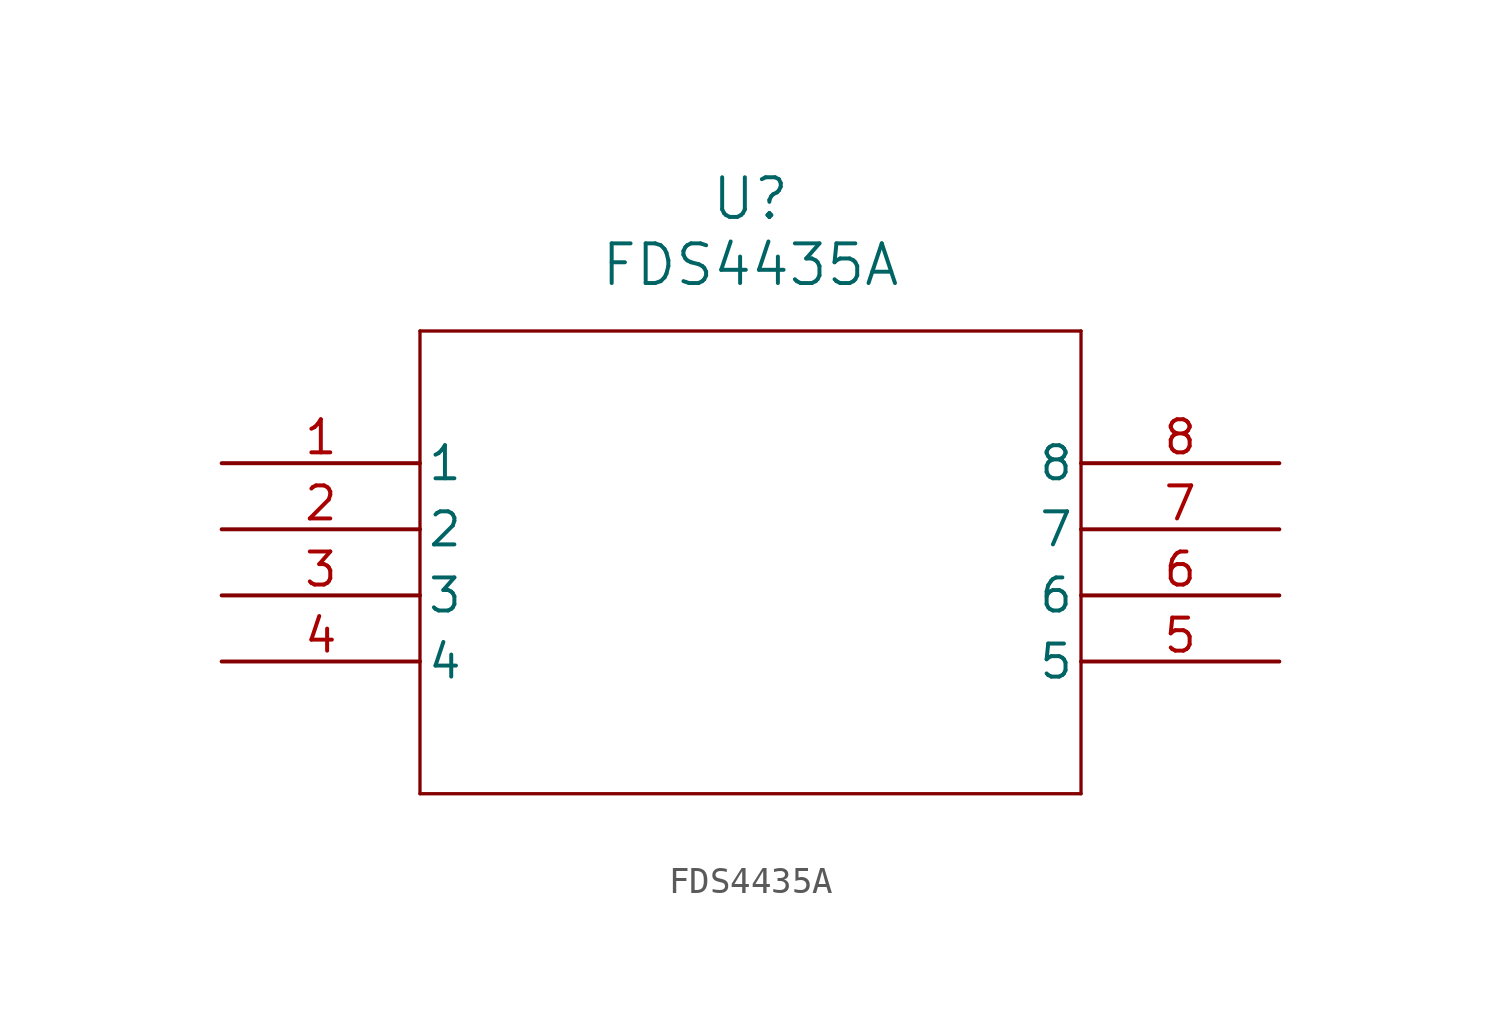
<source format=kicad_sym>
(kicad_symbol_lib
  (version 20211014)
  (generator kicad_symbol_editor)
  (symbol "FDS4435A"
    (pin_names
      (offset 0.254))
    (property "Reference" "U"
      (at 20.32 10.16 0)
      (effects (font (size 1.524 1.524))))
    (property "Value" "FDS4435A"
      (at 20.32 7.62 0)
      (effects (font (size 1.524 1.524))))
    (symbol "FDS4435A_0_1"
      (polyline (pts (xy 7.62 5.08) (xy 7.62 -12.7)) (stroke (width 0.127) (type default) (color 0 0 0 0)) (fill (type none)))
      (polyline (pts (xy 7.62 -12.7) (xy 33.02 -12.7)) (stroke (width 0.127) (type default) (color 0 0 0 0)) (fill (type none)))
      (polyline (pts (xy 33.02 -12.7) (xy 33.02 5.08)) (stroke (width 0.127) (type default) (color 0 0 0 0)) (fill (type none)))
      (polyline (pts (xy 33.02 5.08) (xy 7.62 5.08)) (stroke (width 0.127) (type default) (color 0 0 0 0)) (fill (type none)))
      (pin unspecified line (at 0 0 0) (length 7.62) (name "1" (effects (font (size 1.27 1.27)))) (number "1" (effects (font (size 1.27 1.27)))))
      (pin unspecified line (at 0 -2.54 0) (length 7.62) (name "2" (effects (font (size 1.27 1.27)))) (number "2" (effects (font (size 1.27 1.27)))))
      (pin unspecified line (at 0 -5.08 0) (length 7.62) (name "3" (effects (font (size 1.27 1.27)))) (number "3" (effects (font (size 1.27 1.27)))))
      (pin unspecified line (at 0 -7.62 0) (length 7.62) (name "4" (effects (font (size 1.27 1.27)))) (number "4" (effects (font (size 1.27 1.27)))))
      (pin unspecified line (at 40.64 -7.62 180) (length 7.62) (name "5" (effects (font (size 1.27 1.27)))) (number "5" (effects (font (size 1.27 1.27)))))
      (pin unspecified line (at 40.64 -5.08 180) (length 7.62) (name "6" (effects (font (size 1.27 1.27)))) (number "6" (effects (font (size 1.27 1.27)))))
      (pin unspecified line (at 40.64 -2.54 180) (length 7.62) (name "7" (effects (font (size 1.27 1.27)))) (number "7" (effects (font (size 1.27 1.27)))))
      (pin unspecified line (at 40.64 0 180) (length 7.62) (name "8" (effects (font (size 1.27 1.27)))) (number "8" (effects (font (size 1.27 1.27))))))))
</source>
